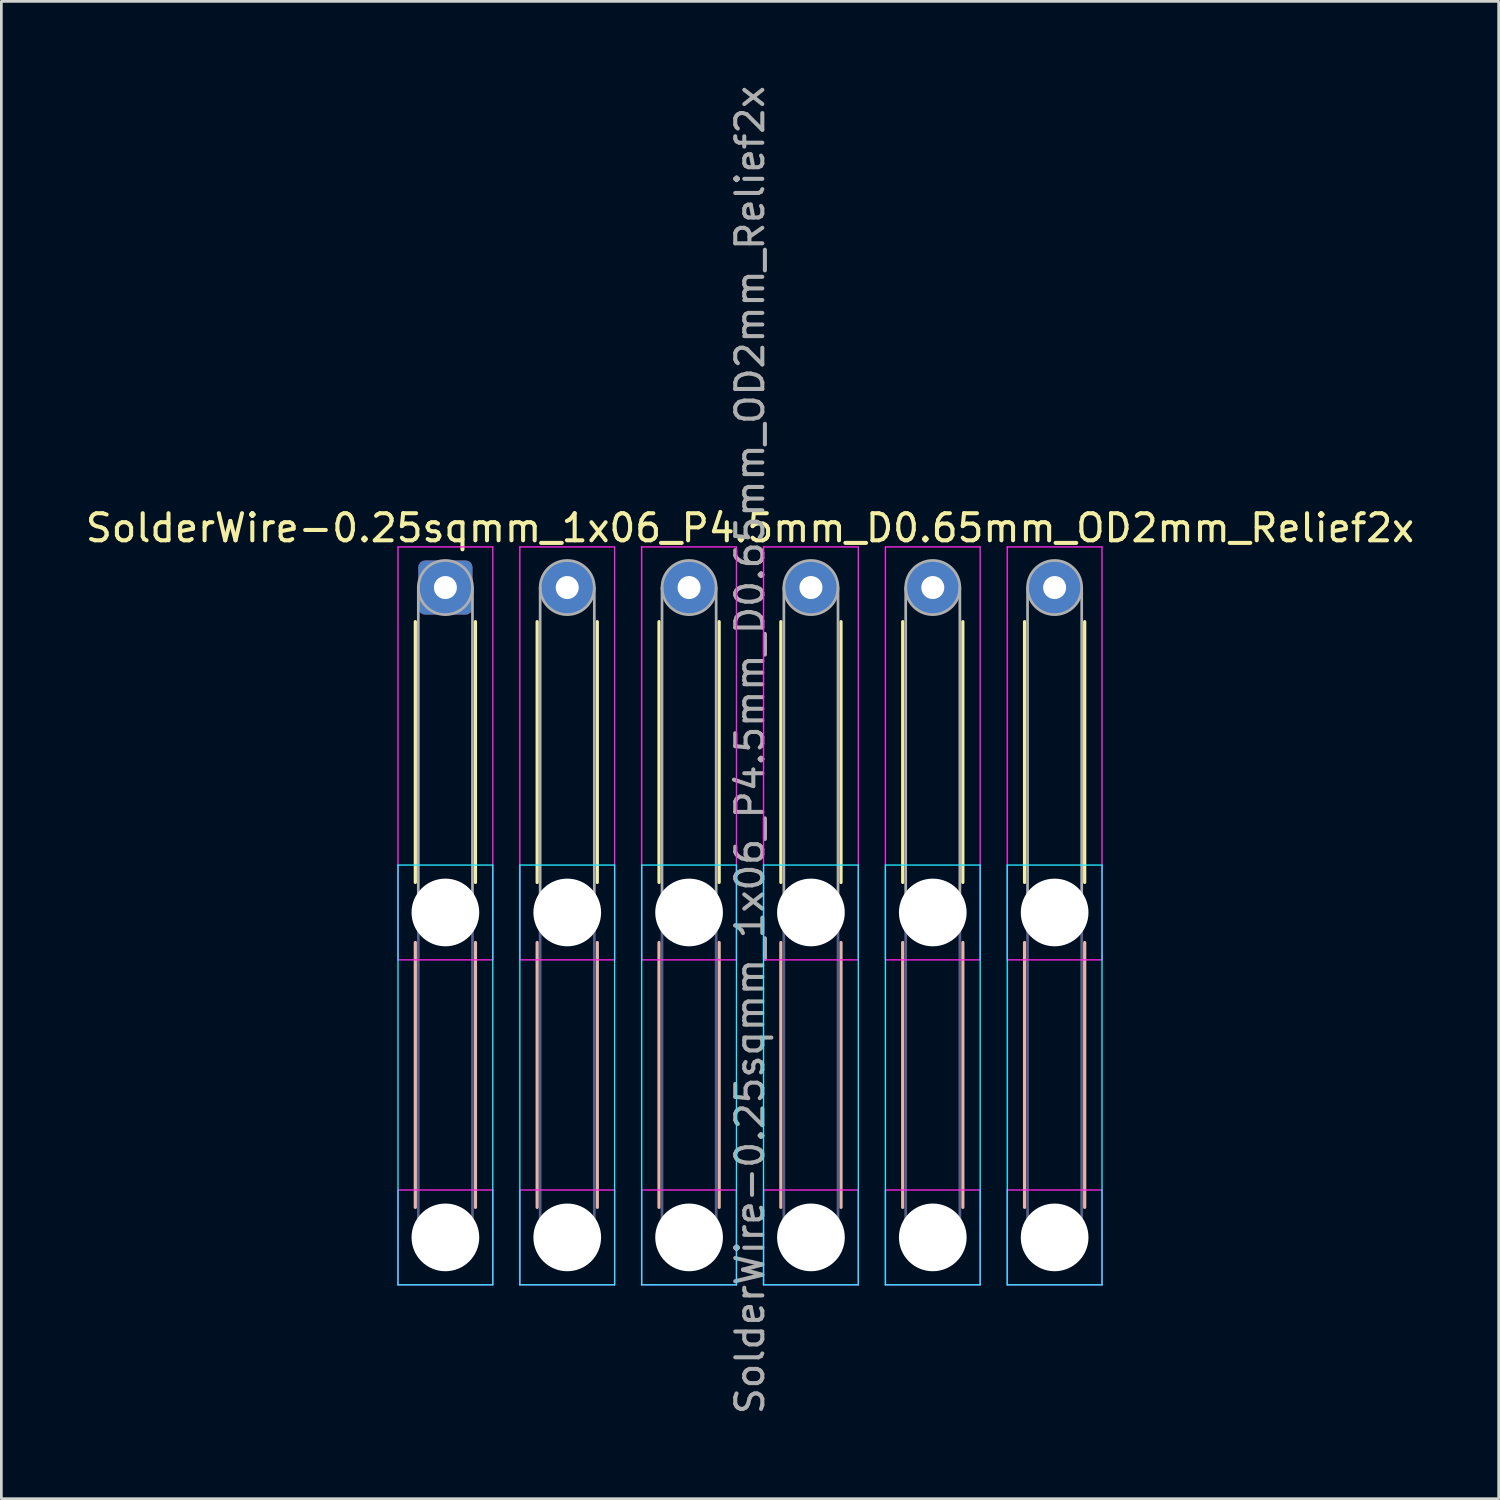
<source format=kicad_pcb>
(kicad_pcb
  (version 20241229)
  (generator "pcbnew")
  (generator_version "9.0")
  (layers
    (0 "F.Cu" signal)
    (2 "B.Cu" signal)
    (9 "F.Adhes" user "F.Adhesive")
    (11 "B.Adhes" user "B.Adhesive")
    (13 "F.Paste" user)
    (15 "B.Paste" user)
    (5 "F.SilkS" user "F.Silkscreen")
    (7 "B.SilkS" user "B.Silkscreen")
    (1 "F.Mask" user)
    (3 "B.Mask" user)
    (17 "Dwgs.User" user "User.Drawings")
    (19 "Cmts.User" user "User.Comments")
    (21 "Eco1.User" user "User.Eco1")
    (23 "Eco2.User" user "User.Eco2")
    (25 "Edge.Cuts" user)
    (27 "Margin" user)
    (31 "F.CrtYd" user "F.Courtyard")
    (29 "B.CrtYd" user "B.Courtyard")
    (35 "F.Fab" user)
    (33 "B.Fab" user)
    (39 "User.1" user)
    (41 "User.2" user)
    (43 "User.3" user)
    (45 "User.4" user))
  (footprint "SolderWire-0.25sqmm_1x06_P4.5mm_D0.65mm_OD2mm_Relief2x"
    (layer "F.Cu")
    (at 13.399 18.649)
    (property "Reference" "SolderWire-0.25sqmm_1x06_P4.5mm_D0.65mm_OD2mm_Relief2x" (at 11.25 -2.2 0) (layer "F.SilkS") (effects (font (size 1 1) (thickness 0.15))))
    (attr exclude_from_pos_files exclude_from_bom)
    (fp_line (start -1.11 1.26) (end -1.11 10.89) (stroke (width 0.12) (type solid)) (layer "F.SilkS"))
    (fp_line (start 1.11 1.26) (end 1.11 10.89) (stroke (width 0.12) (type solid)) (layer "F.SilkS"))
    (fp_line (start 3.39 1.26) (end 3.39 10.89) (stroke (width 0.12) (type solid)) (layer "F.SilkS"))
    (fp_line (start 5.61 1.26) (end 5.61 10.89) (stroke (width 0.12) (type solid)) (layer "F.SilkS"))
    (fp_line (start 7.89 1.26) (end 7.89 10.89) (stroke (width 0.12) (type solid)) (layer "F.SilkS"))
    (fp_line (start 10.11 1.26) (end 10.11 10.89) (stroke (width 0.12) (type solid)) (layer "F.SilkS"))
    (fp_line (start 12.39 1.26) (end 12.39 10.89) (stroke (width 0.12) (type solid)) (layer "F.SilkS"))
    (fp_line (start 14.61 1.26) (end 14.61 10.89) (stroke (width 0.12) (type solid)) (layer "F.SilkS"))
    (fp_line (start 16.89 1.26) (end 16.89 10.89) (stroke (width 0.12) (type solid)) (layer "F.SilkS"))
    (fp_line (start 19.11 1.26) (end 19.11 10.89) (stroke (width 0.12) (type solid)) (layer "F.SilkS"))
    (fp_line (start 21.39 1.26) (end 21.39 10.89) (stroke (width 0.12) (type solid)) (layer "F.SilkS"))
    (fp_line (start 23.61 1.26) (end 23.61 10.89) (stroke (width 0.12) (type solid)) (layer "F.SilkS"))
    (fp_line (start -1.11 13.11) (end -1.11 22.89) (stroke (width 0.12) (type solid)) (layer "B.SilkS"))
    (fp_line (start 1.11 13.11) (end 1.11 22.89) (stroke (width 0.12) (type solid)) (layer "B.SilkS"))
    (fp_line (start 3.39 13.11) (end 3.39 22.89) (stroke (width 0.12) (type solid)) (layer "B.SilkS"))
    (fp_line (start 5.61 13.11) (end 5.61 22.89) (stroke (width 0.12) (type solid)) (layer "B.SilkS"))
    (fp_line (start 7.89 13.11) (end 7.89 22.89) (stroke (width 0.12) (type solid)) (layer "B.SilkS"))
    (fp_line (start 10.11 13.11) (end 10.11 22.89) (stroke (width 0.12) (type solid)) (layer "B.SilkS"))
    (fp_line (start 12.39 13.11) (end 12.39 22.89) (stroke (width 0.12) (type solid)) (layer "B.SilkS"))
    (fp_line (start 14.61 13.11) (end 14.61 22.89) (stroke (width 0.12) (type solid)) (layer "B.SilkS"))
    (fp_line (start 16.89 13.11) (end 16.89 22.89) (stroke (width 0.12) (type solid)) (layer "B.SilkS"))
    (fp_line (start 19.11 13.11) (end 19.11 22.89) (stroke (width 0.12) (type solid)) (layer "B.SilkS"))
    (fp_line (start 21.39 13.11) (end 21.39 22.89) (stroke (width 0.12) (type solid)) (layer "B.SilkS"))
    (fp_line (start 23.61 13.11) (end 23.61 22.89) (stroke (width 0.12) (type solid)) (layer "B.SilkS"))
    (fp_line (start -1.75 10.25) (end -1.75 25.75) (stroke (width 0.05) (type solid)) (layer "B.CrtYd"))
    (fp_line (start -1.75 25.75) (end 1.75 25.75) (stroke (width 0.05) (type solid)) (layer "B.CrtYd"))
    (fp_line (start 1.75 10.25) (end -1.75 10.25) (stroke (width 0.05) (type solid)) (layer "B.CrtYd"))
    (fp_line (start 1.75 25.75) (end 1.75 10.25) (stroke (width 0.05) (type solid)) (layer "B.CrtYd"))
    (fp_line (start 2.75 10.25) (end 2.75 25.75) (stroke (width 0.05) (type solid)) (layer "B.CrtYd"))
    (fp_line (start 2.75 25.75) (end 6.25 25.75) (stroke (width 0.05) (type solid)) (layer "B.CrtYd"))
    (fp_line (start 6.25 10.25) (end 2.75 10.25) (stroke (width 0.05) (type solid)) (layer "B.CrtYd"))
    (fp_line (start 6.25 25.75) (end 6.25 10.25) (stroke (width 0.05) (type solid)) (layer "B.CrtYd"))
    (fp_line (start 7.25 10.25) (end 7.25 25.75) (stroke (width 0.05) (type solid)) (layer "B.CrtYd"))
    (fp_line (start 7.25 25.75) (end 10.75 25.75) (stroke (width 0.05) (type solid)) (layer "B.CrtYd"))
    (fp_line (start 10.75 10.25) (end 7.25 10.25) (stroke (width 0.05) (type solid)) (layer "B.CrtYd"))
    (fp_line (start 10.75 25.75) (end 10.75 10.25) (stroke (width 0.05) (type solid)) (layer "B.CrtYd"))
    (fp_line (start 11.75 10.25) (end 11.75 25.75) (stroke (width 0.05) (type solid)) (layer "B.CrtYd"))
    (fp_line (start 11.75 25.75) (end 15.25 25.75) (stroke (width 0.05) (type solid)) (layer "B.CrtYd"))
    (fp_line (start 15.25 10.25) (end 11.75 10.25) (stroke (width 0.05) (type solid)) (layer "B.CrtYd"))
    (fp_line (start 15.25 25.75) (end 15.25 10.25) (stroke (width 0.05) (type solid)) (layer "B.CrtYd"))
    (fp_line (start 16.25 10.25) (end 16.25 25.75) (stroke (width 0.05) (type solid)) (layer "B.CrtYd"))
    (fp_line (start 16.25 25.75) (end 19.75 25.75) (stroke (width 0.05) (type solid)) (layer "B.CrtYd"))
    (fp_line (start 19.75 10.25) (end 16.25 10.25) (stroke (width 0.05) (type solid)) (layer "B.CrtYd"))
    (fp_line (start 19.75 25.75) (end 19.75 10.25) (stroke (width 0.05) (type solid)) (layer "B.CrtYd"))
    (fp_line (start 20.75 10.25) (end 20.75 25.75) (stroke (width 0.05) (type solid)) (layer "B.CrtYd"))
    (fp_line (start 20.75 25.75) (end 24.25 25.75) (stroke (width 0.05) (type solid)) (layer "B.CrtYd"))
    (fp_line (start 24.25 10.25) (end 20.75 10.25) (stroke (width 0.05) (type solid)) (layer "B.CrtYd"))
    (fp_line (start 24.25 25.75) (end 24.25 10.25) (stroke (width 0.05) (type solid)) (layer "B.CrtYd"))
    (fp_line (start -1.75 -1.5) (end -1.75 13.75) (stroke (width 0.05) (type solid)) (layer "F.CrtYd"))
    (fp_line (start -1.75 13.75) (end 1.75 13.75) (stroke (width 0.05) (type solid)) (layer "F.CrtYd"))
    (fp_line (start -1.75 22.25) (end -1.75 25.75) (stroke (width 0.05) (type solid)) (layer "F.CrtYd"))
    (fp_line (start -1.75 25.75) (end 1.75 25.75) (stroke (width 0.05) (type solid)) (layer "F.CrtYd"))
    (fp_line (start 1.75 -1.5) (end -1.75 -1.5) (stroke (width 0.05) (type solid)) (layer "F.CrtYd"))
    (fp_line (start 1.75 13.75) (end 1.75 -1.5) (stroke (width 0.05) (type solid)) (layer "F.CrtYd"))
    (fp_line (start 1.75 22.25) (end -1.75 22.25) (stroke (width 0.05) (type solid)) (layer "F.CrtYd"))
    (fp_line (start 1.75 25.75) (end 1.75 22.25) (stroke (width 0.05) (type solid)) (layer "F.CrtYd"))
    (fp_line (start 2.75 -1.5) (end 2.75 13.75) (stroke (width 0.05) (type solid)) (layer "F.CrtYd"))
    (fp_line (start 2.75 13.75) (end 6.25 13.75) (stroke (width 0.05) (type solid)) (layer "F.CrtYd"))
    (fp_line (start 2.75 22.25) (end 2.75 25.75) (stroke (width 0.05) (type solid)) (layer "F.CrtYd"))
    (fp_line (start 2.75 25.75) (end 6.25 25.75) (stroke (width 0.05) (type solid)) (layer "F.CrtYd"))
    (fp_line (start 6.25 -1.5) (end 2.75 -1.5) (stroke (width 0.05) (type solid)) (layer "F.CrtYd"))
    (fp_line (start 6.25 13.75) (end 6.25 -1.5) (stroke (width 0.05) (type solid)) (layer "F.CrtYd"))
    (fp_line (start 6.25 22.25) (end 2.75 22.25) (stroke (width 0.05) (type solid)) (layer "F.CrtYd"))
    (fp_line (start 6.25 25.75) (end 6.25 22.25) (stroke (width 0.05) (type solid)) (layer "F.CrtYd"))
    (fp_line (start 7.25 -1.5) (end 7.25 13.75) (stroke (width 0.05) (type solid)) (layer "F.CrtYd"))
    (fp_line (start 7.25 13.75) (end 10.75 13.75) (stroke (width 0.05) (type solid)) (layer "F.CrtYd"))
    (fp_line (start 7.25 22.25) (end 7.25 25.75) (stroke (width 0.05) (type solid)) (layer "F.CrtYd"))
    (fp_line (start 7.25 25.75) (end 10.75 25.75) (stroke (width 0.05) (type solid)) (layer "F.CrtYd"))
    (fp_line (start 10.75 -1.5) (end 7.25 -1.5) (stroke (width 0.05) (type solid)) (layer "F.CrtYd"))
    (fp_line (start 10.75 13.75) (end 10.75 -1.5) (stroke (width 0.05) (type solid)) (layer "F.CrtYd"))
    (fp_line (start 10.75 22.25) (end 7.25 22.25) (stroke (width 0.05) (type solid)) (layer "F.CrtYd"))
    (fp_line (start 10.75 25.75) (end 10.75 22.25) (stroke (width 0.05) (type solid)) (layer "F.CrtYd"))
    (fp_line (start 11.75 -1.5) (end 11.75 13.75) (stroke (width 0.05) (type solid)) (layer "F.CrtYd"))
    (fp_line (start 11.75 13.75) (end 15.25 13.75) (stroke (width 0.05) (type solid)) (layer "F.CrtYd"))
    (fp_line (start 11.75 22.25) (end 11.75 25.75) (stroke (width 0.05) (type solid)) (layer "F.CrtYd"))
    (fp_line (start 11.75 25.75) (end 15.25 25.75) (stroke (width 0.05) (type solid)) (layer "F.CrtYd"))
    (fp_line (start 15.25 -1.5) (end 11.75 -1.5) (stroke (width 0.05) (type solid)) (layer "F.CrtYd"))
    (fp_line (start 15.25 13.75) (end 15.25 -1.5) (stroke (width 0.05) (type solid)) (layer "F.CrtYd"))
    (fp_line (start 15.25 22.25) (end 11.75 22.25) (stroke (width 0.05) (type solid)) (layer "F.CrtYd"))
    (fp_line (start 15.25 25.75) (end 15.25 22.25) (stroke (width 0.05) (type solid)) (layer "F.CrtYd"))
    (fp_line (start 16.25 -1.5) (end 16.25 13.75) (stroke (width 0.05) (type solid)) (layer "F.CrtYd"))
    (fp_line (start 16.25 13.75) (end 19.75 13.75) (stroke (width 0.05) (type solid)) (layer "F.CrtYd"))
    (fp_line (start 16.25 22.25) (end 16.25 25.75) (stroke (width 0.05) (type solid)) (layer "F.CrtYd"))
    (fp_line (start 16.25 25.75) (end 19.75 25.75) (stroke (width 0.05) (type solid)) (layer "F.CrtYd"))
    (fp_line (start 19.75 -1.5) (end 16.25 -1.5) (stroke (width 0.05) (type solid)) (layer "F.CrtYd"))
    (fp_line (start 19.75 13.75) (end 19.75 -1.5) (stroke (width 0.05) (type solid)) (layer "F.CrtYd"))
    (fp_line (start 19.75 22.25) (end 16.25 22.25) (stroke (width 0.05) (type solid)) (layer "F.CrtYd"))
    (fp_line (start 19.75 25.75) (end 19.75 22.25) (stroke (width 0.05) (type solid)) (layer "F.CrtYd"))
    (fp_line (start 20.75 -1.5) (end 20.75 13.75) (stroke (width 0.05) (type solid)) (layer "F.CrtYd"))
    (fp_line (start 20.75 13.75) (end 24.25 13.75) (stroke (width 0.05) (type solid)) (layer "F.CrtYd"))
    (fp_line (start 20.75 22.25) (end 20.75 25.75) (stroke (width 0.05) (type solid)) (layer "F.CrtYd"))
    (fp_line (start 20.75 25.75) (end 24.25 25.75) (stroke (width 0.05) (type solid)) (layer "F.CrtYd"))
    (fp_line (start 24.25 -1.5) (end 20.75 -1.5) (stroke (width 0.05) (type solid)) (layer "F.CrtYd"))
    (fp_line (start 24.25 13.75) (end 24.25 -1.5) (stroke (width 0.05) (type solid)) (layer "F.CrtYd"))
    (fp_line (start 24.25 22.25) (end 20.75 22.25) (stroke (width 0.05) (type solid)) (layer "F.CrtYd"))
    (fp_line (start 24.25 25.75) (end 24.25 22.25) (stroke (width 0.05) (type solid)) (layer "F.CrtYd"))
    (fp_line (start -1 12) (end -1 24) (stroke (width 0.1) (type solid)) (layer "B.Fab"))
    (fp_line (start 1 12) (end 1 24) (stroke (width 0.1) (type solid)) (layer "B.Fab"))
    (fp_line (start 3.5 12) (end 3.5 24) (stroke (width 0.1) (type solid)) (layer "B.Fab"))
    (fp_line (start 5.5 12) (end 5.5 24) (stroke (width 0.1) (type solid)) (layer "B.Fab"))
    (fp_line (start 8 12) (end 8 24) (stroke (width 0.1) (type solid)) (layer "B.Fab"))
    (fp_line (start 10 12) (end 10 24) (stroke (width 0.1) (type solid)) (layer "B.Fab"))
    (fp_line (start 12.5 12) (end 12.5 24) (stroke (width 0.1) (type solid)) (layer "B.Fab"))
    (fp_line (start 14.5 12) (end 14.5 24) (stroke (width 0.1) (type solid)) (layer "B.Fab"))
    (fp_line (start 17 12) (end 17 24) (stroke (width 0.1) (type solid)) (layer "B.Fab"))
    (fp_line (start 19 12) (end 19 24) (stroke (width 0.1) (type solid)) (layer "B.Fab"))
    (fp_line (start 21.5 12) (end 21.5 24) (stroke (width 0.1) (type solid)) (layer "B.Fab"))
    (fp_line (start 23.5 12) (end 23.5 24) (stroke (width 0.1) (type solid)) (layer "B.Fab"))
    (fp_circle (center 0 12) (end 1 12) (stroke (width 0.1) (type solid)) (fill no) (layer "B.Fab"))
    (fp_circle (center 0 24) (end 1 24) (stroke (width 0.1) (type solid)) (fill no) (layer "B.Fab"))
    (fp_circle (center 4.5 12) (end 5.5 12) (stroke (width 0.1) (type solid)) (fill no) (layer "B.Fab"))
    (fp_circle (center 4.5 24) (end 5.5 24) (stroke (width 0.1) (type solid)) (fill no) (layer "B.Fab"))
    (fp_circle (center 9 12) (end 10 12) (stroke (width 0.1) (type solid)) (fill no) (layer "B.Fab"))
    (fp_circle (center 9 24) (end 10 24) (stroke (width 0.1) (type solid)) (fill no) (layer "B.Fab"))
    (fp_circle (center 13.5 12) (end 14.5 12) (stroke (width 0.1) (type solid)) (fill no) (layer "B.Fab"))
    (fp_circle (center 13.5 24) (end 14.5 24) (stroke (width 0.1) (type solid)) (fill no) (layer "B.Fab"))
    (fp_circle (center 18 12) (end 19 12) (stroke (width 0.1) (type solid)) (fill no) (layer "B.Fab"))
    (fp_circle (center 18 24) (end 19 24) (stroke (width 0.1) (type solid)) (fill no) (layer "B.Fab"))
    (fp_circle (center 22.5 12) (end 23.5 12) (stroke (width 0.1) (type solid)) (fill no) (layer "B.Fab"))
    (fp_circle (center 22.5 24) (end 23.5 24) (stroke (width 0.1) (type solid)) (fill no) (layer "B.Fab"))
    (fp_line (start -1 0) (end -1 12) (stroke (width 0.1) (type solid)) (layer "F.Fab"))
    (fp_line (start 1 0) (end 1 12) (stroke (width 0.1) (type solid)) (layer "F.Fab"))
    (fp_line (start 3.5 0) (end 3.5 12) (stroke (width 0.1) (type solid)) (layer "F.Fab"))
    (fp_line (start 5.5 0) (end 5.5 12) (stroke (width 0.1) (type solid)) (layer "F.Fab"))
    (fp_line (start 8 0) (end 8 12) (stroke (width 0.1) (type solid)) (layer "F.Fab"))
    (fp_line (start 10 0) (end 10 12) (stroke (width 0.1) (type solid)) (layer "F.Fab"))
    (fp_line (start 12.5 0) (end 12.5 12) (stroke (width 0.1) (type solid)) (layer "F.Fab"))
    (fp_line (start 14.5 0) (end 14.5 12) (stroke (width 0.1) (type solid)) (layer "F.Fab"))
    (fp_line (start 17 0) (end 17 12) (stroke (width 0.1) (type solid)) (layer "F.Fab"))
    (fp_line (start 19 0) (end 19 12) (stroke (width 0.1) (type solid)) (layer "F.Fab"))
    (fp_line (start 21.5 0) (end 21.5 12) (stroke (width 0.1) (type solid)) (layer "F.Fab"))
    (fp_line (start 23.5 0) (end 23.5 12) (stroke (width 0.1) (type solid)) (layer "F.Fab"))
    (fp_circle (center 0 0) (end 1 0) (stroke (width 0.1) (type solid)) (fill no) (layer "F.Fab"))
    (fp_circle (center 0 12) (end 1 12) (stroke (width 0.1) (type solid)) (fill no) (layer "F.Fab"))
    (fp_circle (center 0 24) (end 1 24) (stroke (width 0.1) (type solid)) (fill no) (layer "F.Fab"))
    (fp_circle (center 4.5 0) (end 5.5 0) (stroke (width 0.1) (type solid)) (fill no) (layer "F.Fab"))
    (fp_circle (center 4.5 12) (end 5.5 12) (stroke (width 0.1) (type solid)) (fill no) (layer "F.Fab"))
    (fp_circle (center 4.5 24) (end 5.5 24) (stroke (width 0.1) (type solid)) (fill no) (layer "F.Fab"))
    (fp_circle (center 9 0) (end 10 0) (stroke (width 0.1) (type solid)) (fill no) (layer "F.Fab"))
    (fp_circle (center 9 12) (end 10 12) (stroke (width 0.1) (type solid)) (fill no) (layer "F.Fab"))
    (fp_circle (center 9 24) (end 10 24) (stroke (width 0.1) (type solid)) (fill no) (layer "F.Fab"))
    (fp_circle (center 13.5 0) (end 14.5 0) (stroke (width 0.1) (type solid)) (fill no) (layer "F.Fab"))
    (fp_circle (center 13.5 12) (end 14.5 12) (stroke (width 0.1) (type solid)) (fill no) (layer "F.Fab"))
    (fp_circle (center 13.5 24) (end 14.5 24) (stroke (width 0.1) (type solid)) (fill no) (layer "F.Fab"))
    (fp_circle (center 18 0) (end 19 0) (stroke (width 0.1) (type solid)) (fill no) (layer "F.Fab"))
    (fp_circle (center 18 12) (end 19 12) (stroke (width 0.1) (type solid)) (fill no) (layer "F.Fab"))
    (fp_circle (center 18 24) (end 19 24) (stroke (width 0.1) (type solid)) (fill no) (layer "F.Fab"))
    (fp_circle (center 22.5 0) (end 23.5 0) (stroke (width 0.1) (type solid)) (fill no) (layer "F.Fab"))
    (fp_circle (center 22.5 12) (end 23.5 12) (stroke (width 0.1) (type solid)) (fill no) (layer "F.Fab"))
    (fp_circle (center 22.5 24) (end 23.5 24) (stroke (width 0.1) (type solid)) (fill no) (layer "F.Fab"))
    (fp_text user "${REFERENCE}" (at 11.25 6 90) (layer "F.Fab") (effects (font (size 1 1) (thickness 0.15))))
    (pad "" np_thru_hole circle (at 0 12) (size 2.5 2.5) (drill 2.5) (layers "*.Cu" "*.Mask"))
    (pad "" np_thru_hole circle (at 0 24) (size 2.5 2.5) (drill 2.5) (layers "*.Cu" "*.Mask"))
    (pad "" np_thru_hole circle (at 4.5 12) (size 2.5 2.5) (drill 2.5) (layers "*.Cu" "*.Mask"))
    (pad "" np_thru_hole circle (at 4.5 24) (size 2.5 2.5) (drill 2.5) (layers "*.Cu" "*.Mask"))
    (pad "" np_thru_hole circle (at 9 12) (size 2.5 2.5) (drill 2.5) (layers "*.Cu" "*.Mask"))
    (pad "" np_thru_hole circle (at 9 24) (size 2.5 2.5) (drill 2.5) (layers "*.Cu" "*.Mask"))
    (pad "" np_thru_hole circle (at 13.5 12) (size 2.5 2.5) (drill 2.5) (layers "*.Cu" "*.Mask"))
    (pad "" np_thru_hole circle (at 13.5 24) (size 2.5 2.5) (drill 2.5) (layers "*.Cu" "*.Mask"))
    (pad "" np_thru_hole circle (at 18 12) (size 2.5 2.5) (drill 2.5) (layers "*.Cu" "*.Mask"))
    (pad "" np_thru_hole circle (at 18 24) (size 2.5 2.5) (drill 2.5) (layers "*.Cu" "*.Mask"))
    (pad "" np_thru_hole circle (at 22.5 12) (size 2.5 2.5) (drill 2.5) (layers "*.Cu" "*.Mask"))
    (pad "" np_thru_hole circle (at 22.5 24) (size 2.5 2.5) (drill 2.5) (layers "*.Cu" "*.Mask"))
    (pad "1" thru_hole roundrect (at 0 0) (size 2 2) (drill 0.85) (layers "*.Cu" "*.Mask") (roundrect_rratio 0.125))
    (pad "2" thru_hole circle (at 4.5 0) (size 2 2) (drill 0.85) (layers "*.Cu" "*.Mask"))
    (pad "3" thru_hole circle (at 9 0) (size 2 2) (drill 0.85) (layers "*.Cu" "*.Mask"))
    (pad "4" thru_hole circle (at 13.5 0) (size 2 2) (drill 0.85) (layers "*.Cu" "*.Mask"))
    (pad "5" thru_hole circle (at 18 0) (size 2 2) (drill 0.85) (layers "*.Cu" "*.Mask"))
    (pad "6" thru_hole circle (at 22.5 0) (size 2 2) (drill 0.85) (layers "*.Cu" "*.Mask")))
  (gr_rect
    (start -3 -3)
    (end 52.298 52.298)
    (stroke (width 0.1) (type default))
    (fill no)
    (layer "Edge.Cuts")))
</source>
